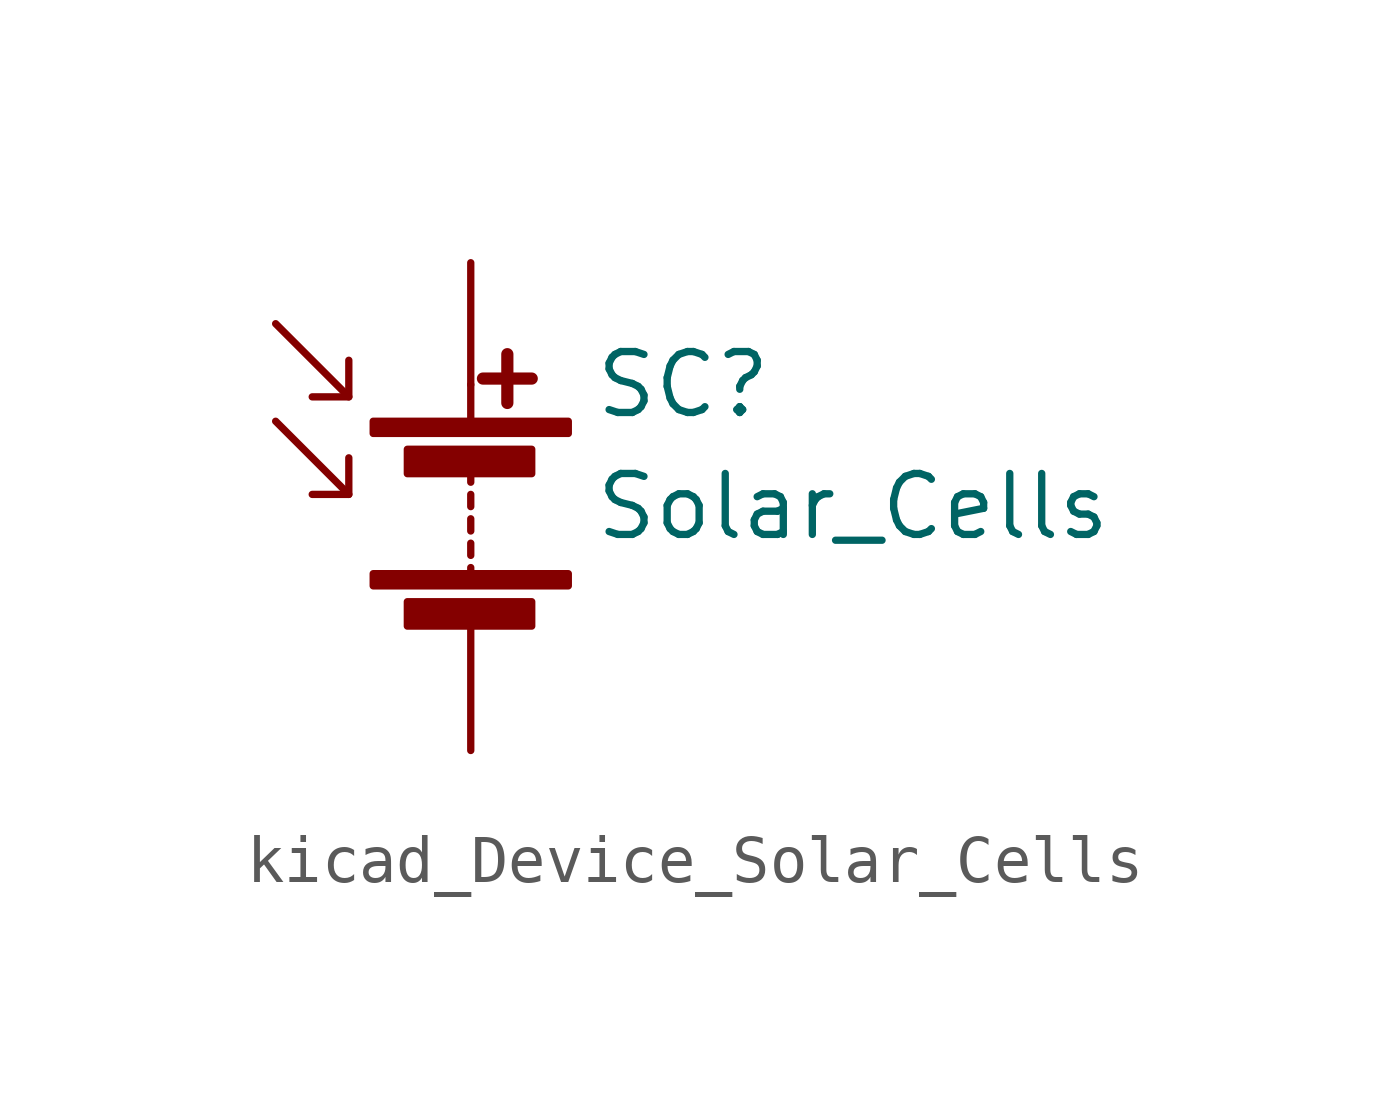
<source format=kicad_sym>
(kicad_symbol_lib
  (version 20220914)
  (generator kicad_symbol_editor)
  (symbol "kicad_Device_Solar_Cells"
    (pin_numbers hide)
    (pin_names
      (offset 0) hide)
    (property "Reference" "SC"
      (at 2.54 2.54 0)
      (effects (font (size 1.27 1.27)) (justify left)))
    (property "Value" "Solar_Cells"
      (at 2.54 0 0)
      (effects (font (size 1.27 1.27)) (justify left)))
    (symbol "kicad_Device_Solar_Cells_0_1"
      (rectangle (start -2.032 -1.397) (end 2.032 -1.651) (stroke (width 0) (type default)) (fill (type outline)))
      (rectangle (start -2.032 1.778) (end 2.032 1.524) (stroke (width 0) (type default)) (fill (type outline)))
      (rectangle (start -1.321 -1.981) (end 1.27 -2.489) (stroke (width 0) (type default)) (fill (type outline)))
      (rectangle (start -1.321 1.194) (end 1.27 0.686) (stroke (width 0) (type default)) (fill (type outline)))
      (polyline (pts (xy -2.54 0.254) (xy -4.064 1.778)) (stroke (width 0) (type default)) (fill (type none)))
      (polyline (pts (xy -2.54 2.286) (xy -4.064 3.81)) (stroke (width 0) (type default)) (fill (type none)))
      (polyline (pts (xy 0 -1.524) (xy 0 -1.27)) (stroke (width 0) (type default)) (fill (type none)))
      (polyline (pts (xy 0 -1.016) (xy 0 -0.762)) (stroke (width 0) (type default)) (fill (type none)))
      (polyline (pts (xy 0 -0.508) (xy 0 -0.254)) (stroke (width 0) (type default)) (fill (type none)))
      (polyline (pts (xy 0 0) (xy 0 0.254)) (stroke (width 0) (type default)) (fill (type none)))
      (polyline (pts (xy 0 0.508) (xy 0 0.762)) (stroke (width 0) (type default)) (fill (type none)))
      (polyline (pts (xy 0 1.778) (xy 0 2.54)) (stroke (width 0) (type default)) (fill (type none)))
      (polyline (pts (xy 0.254 2.667) (xy 1.27 2.667)) (stroke (width 0.254) (type default)) (fill (type none)))
      (polyline (pts (xy 0.762 3.175) (xy 0.762 2.159)) (stroke (width 0.254) (type default)) (fill (type none)))
      (polyline (pts (xy -2.54 1.016) (xy -2.54 0.254) (xy -3.302 0.254)) (stroke (width 0) (type default)) (fill (type none)))
      (polyline (pts (xy -2.54 3.048) (xy -2.54 2.286) (xy -3.302 2.286)) (stroke (width 0) (type default)) (fill (type none))))
    (symbol "kicad_Device_Solar_Cells_1_1"
      (pin passive line (at 0 5.08 270) (length 2.54) (name "+" (effects (font (size 1.27 1.27)))) (number "1" (effects (font (size 1.27 1.27)))))
      (pin passive line (at 0 -5.08 90) (length 2.54) (name "-" (effects (font (size 1.27 1.27)))) (number "2" (effects (font (size 1.27 1.27))))))))
</source>
